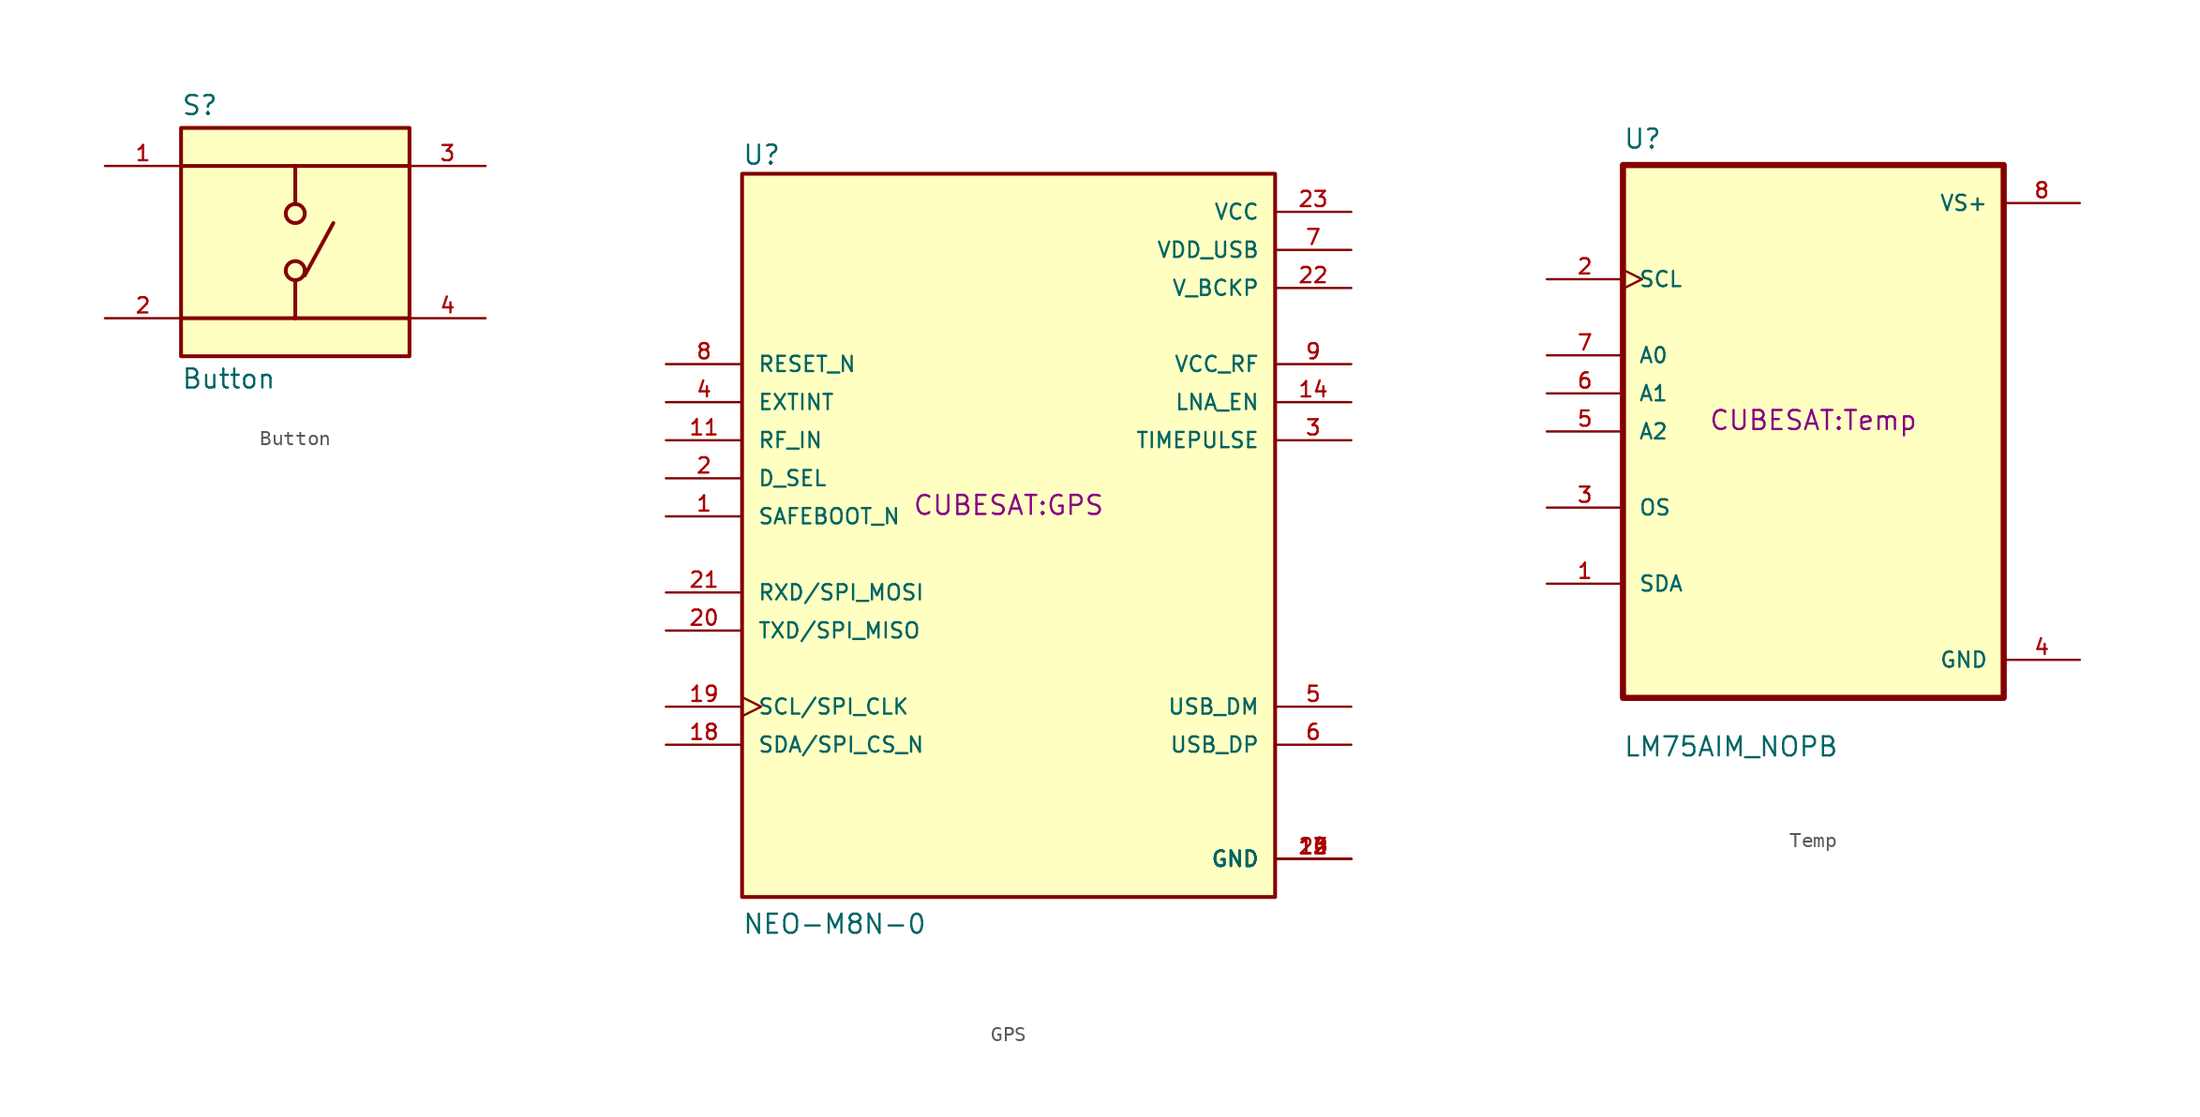
<source format=kicad_sym>
(kicad_symbol_lib
  (version 20220914)
  (generator kicad_symbol_editor)
  (symbol "Button"
    (pin_names
      (offset 1.016))
    (property "Reference" "S"
      (at -7.62 8.382 0)
      (effects (font (size 1.27 1.27)) (justify left bottom)))
    (property "Value" "Button"
      (at -7.62 -8.382 0)
      (effects (font (size 1.27 1.27)) (justify left top)))
    (symbol "Button_0_0"
      (rectangle (start -7.62 7.62) (end 7.62 -7.62) (stroke (width 0.254) (type default)) (fill (type background)))
      (circle (center 0 -1.905) (radius 0.635) (stroke (width 0.254) (type default)) (fill (type none)))
      (polyline (pts (xy 0 -5.08) (xy -7.62 -5.08)) (stroke (width 0.254) (type default)) (fill (type none)))
      (polyline (pts (xy 0 -5.08) (xy 7.62 -5.08)) (stroke (width 0.254) (type default)) (fill (type none)))
      (polyline (pts (xy 0 -2.54) (xy 0 -5.08)) (stroke (width 0.254) (type default)) (fill (type none)))
      (polyline (pts (xy 0 5.08) (xy -7.62 5.08)) (stroke (width 0.254) (type default)) (fill (type none)))
      (polyline (pts (xy 0 5.08) (xy 0 2.54)) (stroke (width 0.254) (type default)) (fill (type none)))
      (polyline (pts (xy 0 5.08) (xy 7.62 5.08)) (stroke (width 0.254) (type default)) (fill (type none)))
      (polyline (pts (xy 0.635 -2.223) (xy 2.54 1.27)) (stroke (width 0.254) (type default)) (fill (type none)))
      (circle (center 0 1.905) (radius 0.635) (stroke (width 0.254) (type default)) (fill (type none)))
      (pin passive line (at -12.7 5.08 0) (length 5.08) (name "~" (effects (font (size 1.016 1.016)))) (number "1" (effects (font (size 1.016 1.016)))))
      (pin passive line (at -12.7 -5.08 0) (length 5.08) (name "~" (effects (font (size 1.016 1.016)))) (number "2" (effects (font (size 1.016 1.016)))))
      (pin passive line (at 12.7 5.08 180) (length 5.08) (name "~" (effects (font (size 1.016 1.016)))) (number "3" (effects (font (size 1.016 1.016)))))
      (pin passive line (at 12.7 -5.08 180) (length 5.08) (name "~" (effects (font (size 1.016 1.016)))) (number "4" (effects (font (size 1.016 1.016)))))))
  (symbol "GPS"
    (pin_names
      (offset 1.016))
    (property "Reference" "U"
      (at -17.784 23.374 0)
      (effects (font (size 1.27 1.27)) (justify left bottom)))
    (property "Value" "NEO-M8N-0"
      (at -17.785 -27.947 0)
      (effects (font (size 1.27 1.27)) (justify left bottom)))
    (property "Footprint" "CUBESAT:GPS"
      (at 0 0 0)
      (effects (font (size 1.27 1.27)) (justify bottom)))
    (symbol "GPS_0_0"
      (rectangle (start -17.78 22.86) (end 17.78 -25.4) (stroke (width 0.254) (type default)) (fill (type background)))
      (pin input line (at -22.86 0 0) (length 5.08) (name "SAFEBOOT_N" (effects (font (size 1.016 1.016)))) (number "1" (effects (font (size 1.016 1.016)))))
      (pin power_in line (at 22.86 -22.86 180) (length 5.08) (name "GND" (effects (font (size 1.016 1.016)))) (number "10" (effects (font (size 1.016 1.016)))))
      (pin input line (at -22.86 5.08 0) (length 5.08) (name "RF_IN" (effects (font (size 1.016 1.016)))) (number "11" (effects (font (size 1.016 1.016)))))
      (pin power_in line (at 22.86 -22.86 180) (length 5.08) (name "GND" (effects (font (size 1.016 1.016)))) (number "12" (effects (font (size 1.016 1.016)))))
      (pin power_in line (at 22.86 -22.86 180) (length 5.08) (name "GND" (effects (font (size 1.016 1.016)))) (number "13" (effects (font (size 1.016 1.016)))))
      (pin output line (at 22.86 7.62 180) (length 5.08) (name "LNA_EN" (effects (font (size 1.016 1.016)))) (number "14" (effects (font (size 1.016 1.016)))))
      (pin bidirectional line (at -22.86 -15.24 0) (length 5.08) (name "SDA/SPI_CS_N" (effects (font (size 1.016 1.016)))) (number "18" (effects (font (size 1.016 1.016)))))
      (pin input clock (at -22.86 -12.7 0) (length 5.08) (name "SCL/SPI_CLK" (effects (font (size 1.016 1.016)))) (number "19" (effects (font (size 1.016 1.016)))))
      (pin input line (at -22.86 2.54 0) (length 5.08) (name "D_SEL" (effects (font (size 1.016 1.016)))) (number "2" (effects (font (size 1.016 1.016)))))
      (pin output line (at -22.86 -7.62 0) (length 5.08) (name "TXD/SPI_MISO" (effects (font (size 1.016 1.016)))) (number "20" (effects (font (size 1.016 1.016)))))
      (pin input line (at -22.86 -5.08 0) (length 5.08) (name "RXD/SPI_MOSI" (effects (font (size 1.016 1.016)))) (number "21" (effects (font (size 1.016 1.016)))))
      (pin power_in line (at 22.86 15.24 180) (length 5.08) (name "V_BCKP" (effects (font (size 1.016 1.016)))) (number "22" (effects (font (size 1.016 1.016)))))
      (pin power_in line (at 22.86 20.32 180) (length 5.08) (name "VCC" (effects (font (size 1.016 1.016)))) (number "23" (effects (font (size 1.016 1.016)))))
      (pin power_in line (at 22.86 -22.86 180) (length 5.08) (name "GND" (effects (font (size 1.016 1.016)))) (number "24" (effects (font (size 1.016 1.016)))))
      (pin output line (at 22.86 5.08 180) (length 5.08) (name "TIMEPULSE" (effects (font (size 1.016 1.016)))) (number "3" (effects (font (size 1.016 1.016)))))
      (pin input line (at -22.86 7.62 0) (length 5.08) (name "EXTINT" (effects (font (size 1.016 1.016)))) (number "4" (effects (font (size 1.016 1.016)))))
      (pin bidirectional line (at 22.86 -12.7 180) (length 5.08) (name "USB_DM" (effects (font (size 1.016 1.016)))) (number "5" (effects (font (size 1.016 1.016)))))
      (pin bidirectional line (at 22.86 -15.24 180) (length 5.08) (name "USB_DP" (effects (font (size 1.016 1.016)))) (number "6" (effects (font (size 1.016 1.016)))))
      (pin power_in line (at 22.86 17.78 180) (length 5.08) (name "VDD_USB" (effects (font (size 1.016 1.016)))) (number "7" (effects (font (size 1.016 1.016)))))
      (pin input line (at -22.86 10.16 0) (length 5.08) (name "RESET_N" (effects (font (size 1.016 1.016)))) (number "8" (effects (font (size 1.016 1.016)))))
      (pin output line (at 22.86 10.16 180) (length 5.08) (name "VCC_RF" (effects (font (size 1.016 1.016)))) (number "9" (effects (font (size 1.016 1.016)))))))
  (symbol "Temp"
    (pin_names
      (offset 1.016))
    (property "Reference" "U"
      (at -12.7 18.78 0)
      (effects (font (size 1.27 1.27)) (justify left bottom)))
    (property "Value" "LM75AIM_NOPB"
      (at -12.7 -21.78 0)
      (effects (font (size 1.27 1.27)) (justify left bottom)))
    (property "Footprint" "CUBESAT:Temp"
      (at 0 0 0)
      (effects (font (size 1.27 1.27)) (justify bottom)))
    (symbol "Temp_0_0"
      (rectangle (start -12.7 17.78) (end 12.7 -17.78) (stroke (width 0.41) (type default)) (fill (type background)))
      (pin bidirectional line (at -17.78 -10.16 0) (length 5.08) (name "SDA" (effects (font (size 1.016 1.016)))) (number "1" (effects (font (size 1.016 1.016)))))
      (pin input clock (at -17.78 10.16 0) (length 5.08) (name "SCL" (effects (font (size 1.016 1.016)))) (number "2" (effects (font (size 1.016 1.016)))))
      (pin bidirectional line (at -17.78 -5.08 0) (length 5.08) (name "OS" (effects (font (size 1.016 1.016)))) (number "3" (effects (font (size 1.016 1.016)))))
      (pin power_in line (at 17.78 -15.24 180) (length 5.08) (name "GND" (effects (font (size 1.016 1.016)))) (number "4" (effects (font (size 1.016 1.016)))))
      (pin bidirectional line (at -17.78 0 0) (length 5.08) (name "A2" (effects (font (size 1.016 1.016)))) (number "5" (effects (font (size 1.016 1.016)))))
      (pin bidirectional line (at -17.78 2.54 0) (length 5.08) (name "A1" (effects (font (size 1.016 1.016)))) (number "6" (effects (font (size 1.016 1.016)))))
      (pin bidirectional line (at -17.78 5.08 0) (length 5.08) (name "A0" (effects (font (size 1.016 1.016)))) (number "7" (effects (font (size 1.016 1.016)))))
      (pin power_in line (at 17.78 15.24 180) (length 5.08) (name "VS+" (effects (font (size 1.016 1.016)))) (number "8" (effects (font (size 1.016 1.016))))))))
</source>
